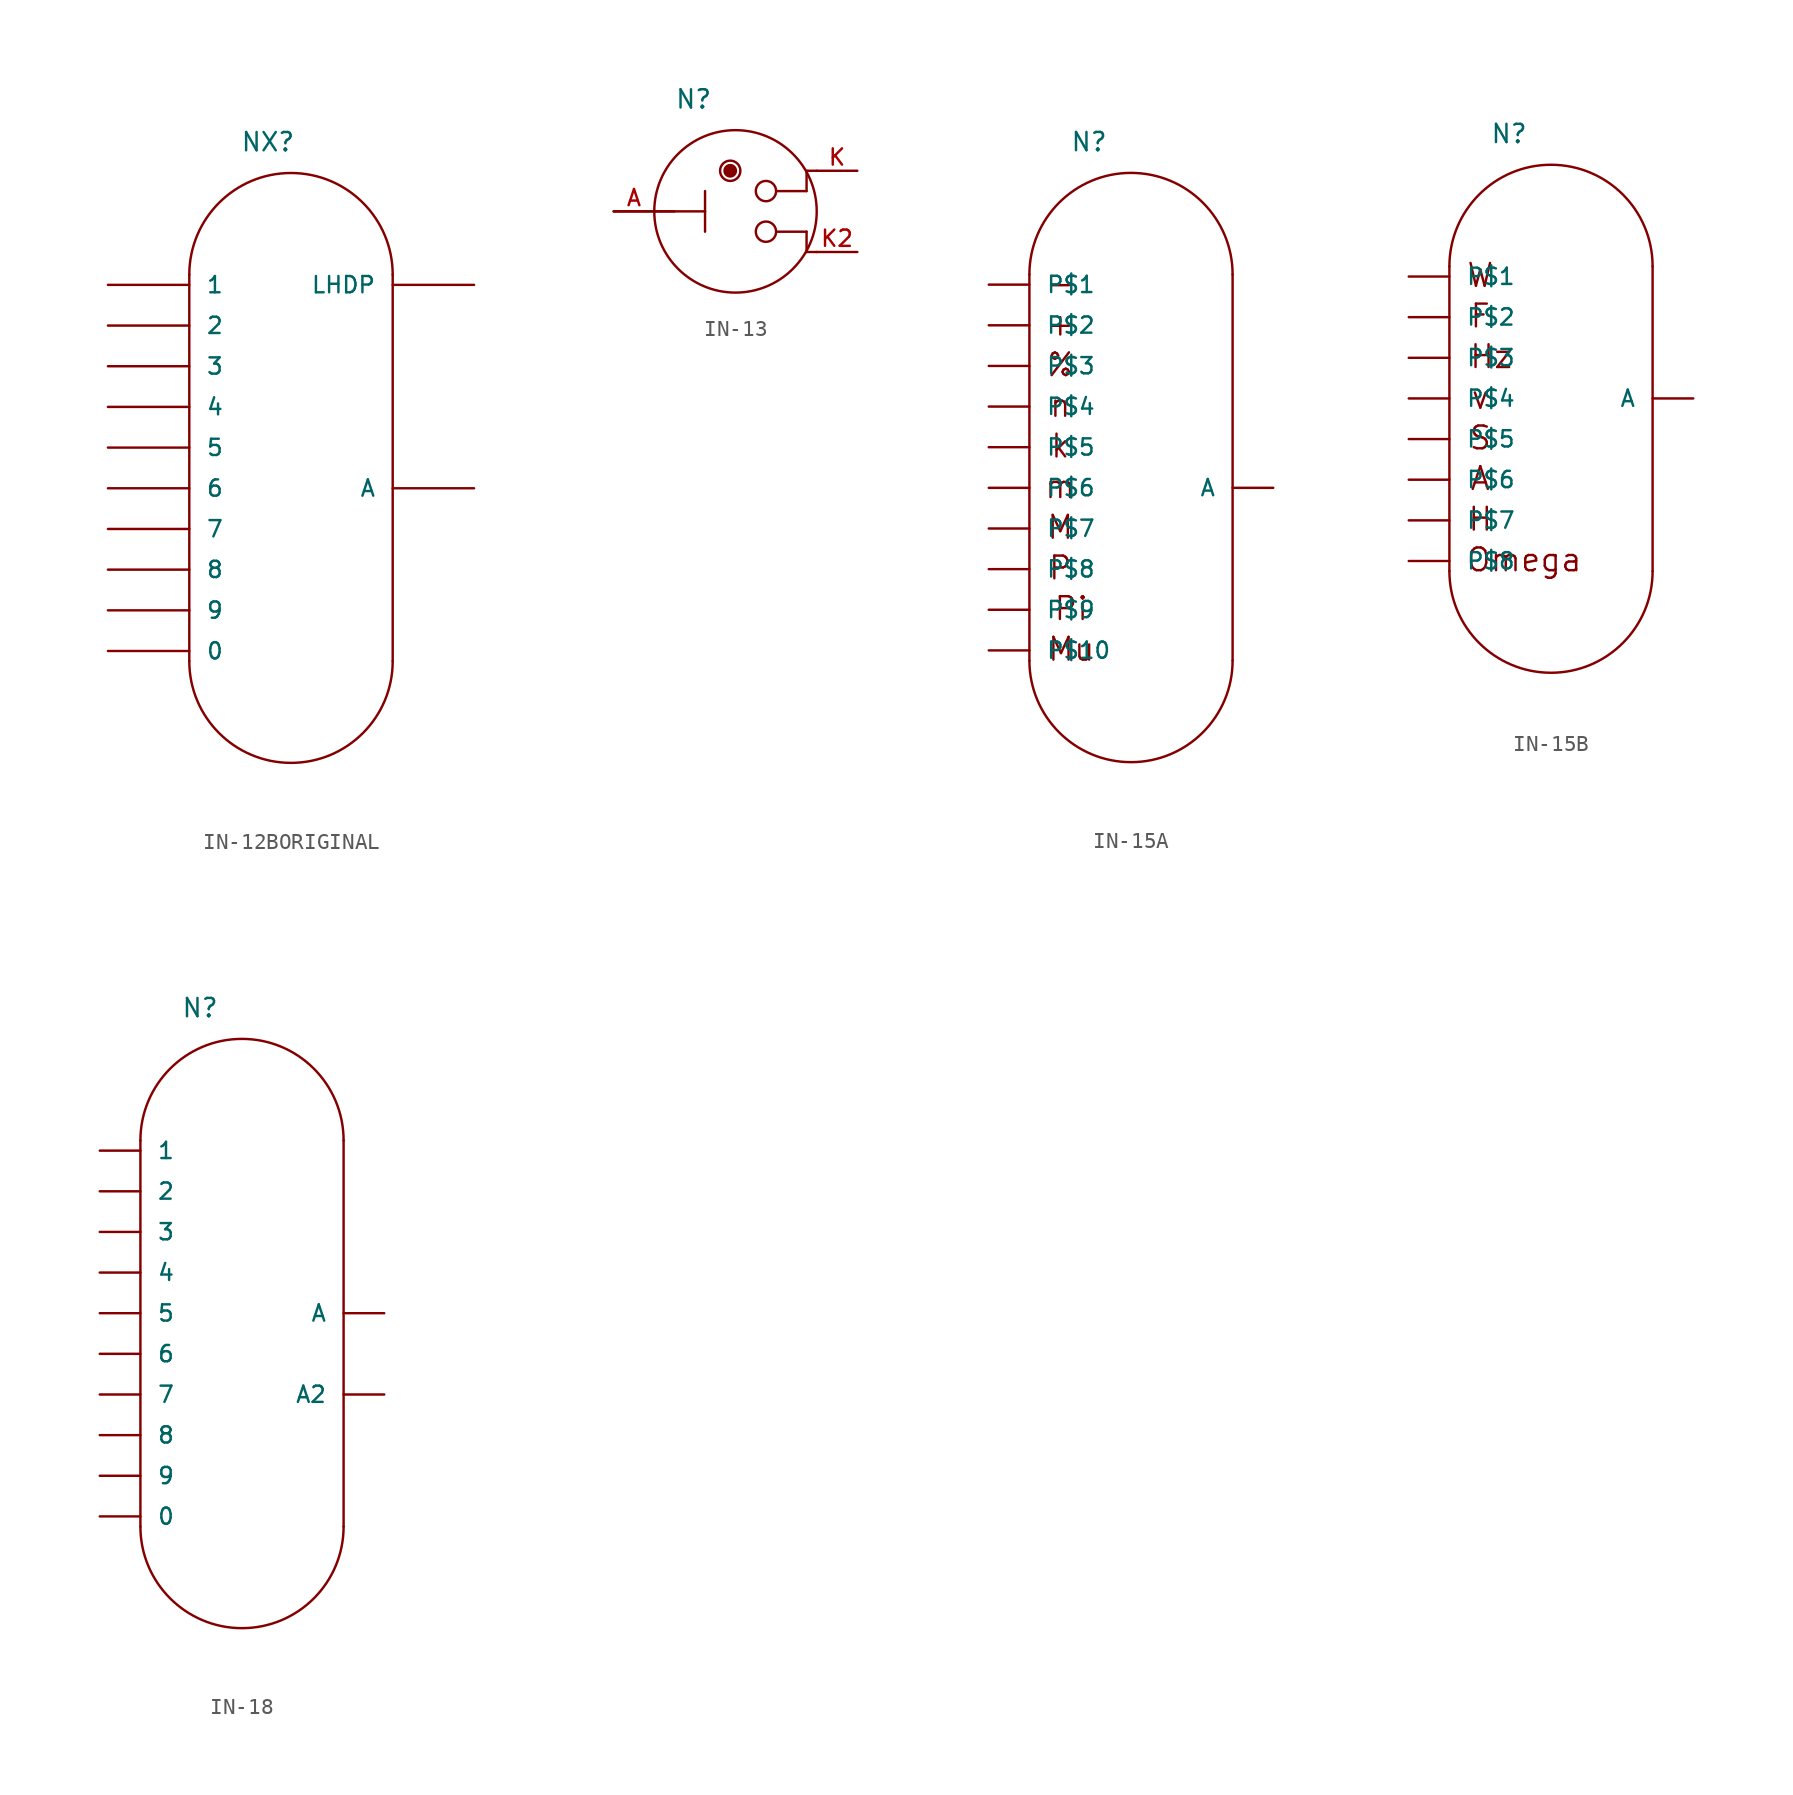
<source format=kicad_sym>
(kicad_symbol_lib
  (version 20241209)
  (generator "kicad_symbol_editor")
  (generator_version "9.0")
  (symbol "IN-12BORIGINAL"
    (pin_numbers
      (hide yes))
    (pin_names
      (offset 1.016))
    (property "Reference" "NX"
      (at -4.445 20.955 0)
      (effects (font (size 1.143 1.143)) (justify left bottom)))
    (property "ki_locked" ""
      (at 0 0 0)
      (effects (font (size 1.27 1.27))))
    (symbol "IN-12BORIGINAL_1_0"
      (polyline (pts (xy -7.62 -10.795) (xy -7.62 13.335)) (stroke (width 0) (type solid)) (fill (type none)))
      (polyline (pts (xy 5.08 -10.795) (xy 5.08 13.335)) (stroke (width 0) (type solid)) (fill (type none))))
    (symbol "IN-12BORIGINAL_1_1"
      (arc (start -7.62 13.335) (mid -1.27 19.685) (end 5.08 13.335) (stroke (width 0) (type solid)) (fill (type none)))
      (arc (start 5.08 -10.795) (mid -1.27 -17.145) (end -7.62 -10.795) (stroke (width 0) (type solid)) (fill (type none)))
      (pin bidirectional line (at -12.7 12.7 0) (length 5.08) (name "1" (effects (font (size 1.016 1.016)))) (number "1" (effects (font (size 1.016 1.016)))))
      (pin bidirectional line (at -12.7 10.16 0) (length 5.08) (name "2" (effects (font (size 1.016 1.016)))) (number "2" (effects (font (size 1.016 1.016)))))
      (pin bidirectional line (at -12.7 7.62 0) (length 5.08) (name "3" (effects (font (size 1.016 1.016)))) (number "3" (effects (font (size 1.016 1.016)))))
      (pin bidirectional line (at -12.7 5.08 0) (length 5.08) (name "4" (effects (font (size 1.016 1.016)))) (number "4" (effects (font (size 1.016 1.016)))))
      (pin bidirectional line (at -12.7 2.54 0) (length 5.08) (name "5" (effects (font (size 1.016 1.016)))) (number "5" (effects (font (size 1.016 1.016)))))
      (pin bidirectional line (at -12.7 0 0) (length 5.08) (name "6" (effects (font (size 1.016 1.016)))) (number "6" (effects (font (size 1.016 1.016)))))
      (pin bidirectional line (at -12.7 -2.54 0) (length 5.08) (name "7" (effects (font (size 1.016 1.016)))) (number "7" (effects (font (size 1.016 1.016)))))
      (pin bidirectional line (at -12.7 -5.08 0) (length 5.08) (name "8" (effects (font (size 1.016 1.016)))) (number "8" (effects (font (size 1.016 1.016)))))
      (pin bidirectional line (at -12.7 -7.62 0) (length 5.08) (name "9" (effects (font (size 1.016 1.016)))) (number "9" (effects (font (size 1.016 1.016)))))
      (pin bidirectional line (at -12.7 -10.16 0) (length 5.08) (name "0" (effects (font (size 1.016 1.016)))) (number "0" (effects (font (size 1.016 1.016)))))
      (pin bidirectional line (at 10.16 12.7 180) (length 5.08) (name "LHDP" (effects (font (size 1.016 1.016)))) (number "LHDP" (effects (font (size 1.016 1.016)))))
      (pin bidirectional line (at 10.16 0 180) (length 5.08) (name "A" (effects (font (size 1.016 1.016)))) (number "A" (effects (font (size 1.016 1.016)))))))
  (symbol "IN-13"
    (pin_names
      (offset 1.016)
      (hide yes))
    (property "Reference" "N"
      (at -3.81 6.35 0)
      (effects (font (size 1.143 1.143)) (justify left bottom)))
    (property "ki_locked" ""
      (at 0 0 0)
      (effects (font (size 1.27 1.27))))
    (symbol "IN-13_1_0"
      (polyline (pts (xy -7.62 0) (xy -5.08 0)) (stroke (width 0) (type solid)) (fill (type none)))
      (polyline (pts (xy -5.08 0) (xy -1.905 0)) (stroke (width 0) (type solid)) (fill (type none)))
      (polyline (pts (xy -3.81 0) (xy -5.08 0)) (stroke (width 0) (type solid)) (fill (type none)))
      (polyline (pts (xy -1.905 0) (xy -1.905 1.27)) (stroke (width 0) (type solid)) (fill (type none)))
      (polyline (pts (xy -1.905 0) (xy -1.905 -1.27)) (stroke (width 0) (type solid)) (fill (type none)))
      (polyline (pts (xy -0.33 2.515) (xy -0.279 2.515)) (stroke (width 0) (type solid)) (fill (type none)))
      (polyline (pts (xy 4.445 1.27) (xy 2.54 1.27)) (stroke (width 0) (type solid)) (fill (type none)))
      (polyline (pts (xy 4.445 1.27) (xy 4.445 2.54)) (stroke (width 0) (type solid)) (fill (type none)))
      (polyline (pts (xy 4.445 -1.27) (xy 2.54 -1.27)) (stroke (width 0) (type solid)) (fill (type none)))
      (polyline (pts (xy 4.445 -1.27) (xy 4.445 -2.54)) (stroke (width 0) (type solid)) (fill (type none)))
      (polyline (pts (xy 5.08 2.54) (xy 4.445 2.54)) (stroke (width 0) (type solid)) (fill (type none)))
      (polyline (pts (xy 5.08 -2.54) (xy 4.445 -2.54)) (stroke (width 0) (type solid)) (fill (type none))))
    (symbol "IN-13_1_1"
      (arc (start -0.3302 2.5146) (mid -0.3661 2.5295) (end -0.381 2.5654) (stroke (width 0) (type solid)) (fill (type none)))
      (circle (center -0.33 2.54) (radius 0.076) (stroke (width 0) (type solid)) (fill (type outline)))
      (circle (center -0.33 2.54) (radius 0.203) (stroke (width 0) (type solid)) (fill (type outline)))
      (circle (center -0.33 2.54) (radius 0.254) (stroke (width 0) (type solid)) (fill (type none)))
      (circle (center -0.33 2.54) (radius 0.356) (stroke (width 0) (type solid)) (fill (type none)))
      (circle (center -0.33 2.54) (radius 0.635) (stroke (width 0) (type solid)) (fill (type none)))
      (circle (center 0 0) (radius 5.08) (stroke (width 0) (type solid)) (fill (type none)))
      (circle (center 1.905 1.27) (radius 0.635) (stroke (width 0) (type solid)) (fill (type none)))
      (circle (center 1.905 -1.27) (radius 0.635) (stroke (width 0) (type solid)) (fill (type none)))
      (pin bidirectional line (at -7.62 0 0) (length 2.54) (name "A" (effects (font (size 1.016 1.016)))) (number "A" (effects (font (size 1.016 1.016)))))
      (pin bidirectional line (at 7.62 2.54 180) (length 2.54) (name "K" (effects (font (size 1.016 1.016)))) (number "K" (effects (font (size 1.016 1.016)))))
      (pin bidirectional line (at 7.62 -2.54 180) (length 2.54) (name "K2" (effects (font (size 1.016 1.016)))) (number "K2" (effects (font (size 1.016 1.016)))))))
  (symbol "IN-15A"
    (pin_numbers
      (hide yes))
    (pin_names
      (offset 1.016))
    (property "Reference" "N"
      (at -2.54 20.955 0)
      (effects (font (size 1.143 1.143)) (justify left bottom)))
    (property "ki_locked" ""
      (at 0 0 0)
      (effects (font (size 1.27 1.27))))
    (symbol "IN-15A_1_0"
      (polyline (pts (xy -5.08 -10.795) (xy -5.08 13.335)) (stroke (width 0) (type solid)) (fill (type none)))
      (polyline (pts (xy 7.62 -10.795) (xy 7.62 13.335)) (stroke (width 0) (type solid)) (fill (type none)))
      (text "-" (at -3.15 12.776 0) (effects (font (size 1.422 1.422))))
      (text "+" (at -3.15 10.236 0) (effects (font (size 1.422 1.422))))
      (text "%" (at -3.15 7.696 0) (effects (font (size 1.422 1.422))))
      (text "n" (at -3.15 5.156 0) (effects (font (size 1.422 1.422))))
      (text "k" (at -3.15 2.616 0) (effects (font (size 1.422 1.422))))
      (text "m" (at -3.15 0.076 0) (effects (font (size 1.422 1.422))))
      (text "M" (at -3.15 -2.464 0) (effects (font (size 1.422 1.422))))
      (text "P" (at -3.15 -5.004 0) (effects (font (size 1.422 1.422))))
      (text "Pi" (at -2.464 -7.544 0) (effects (font (size 1.422 1.422))))
      (text "Mu" (at -2.464 -10.084 0) (effects (font (size 1.422 1.422)))))
    (symbol "IN-15A_1_1"
      (arc (start -5.08 13.335) (mid 1.27 19.685) (end 7.62 13.335) (stroke (width 0) (type solid)) (fill (type none)))
      (arc (start 7.62 -10.795) (mid 1.27 -17.145) (end -5.08 -10.795) (stroke (width 0) (type solid)) (fill (type none)))
      (pin bidirectional line (at -7.62 12.7 0) (length 2.54) (name "P$1" (effects (font (size 1.016 1.016)))) (number "8" (effects (font (size 1.016 1.016)))))
      (pin bidirectional line (at -7.62 10.16 0) (length 2.54) (name "P$2" (effects (font (size 1.016 1.016)))) (number "7" (effects (font (size 1.016 1.016)))))
      (pin bidirectional line (at -7.62 7.62 0) (length 2.54) (name "P$3" (effects (font (size 1.016 1.016)))) (number "2" (effects (font (size 1.016 1.016)))))
      (pin bidirectional line (at -7.62 5.08 0) (length 2.54) (name "P$4" (effects (font (size 1.016 1.016)))) (number "1" (effects (font (size 1.016 1.016)))))
      (pin bidirectional line (at -7.62 2.54 0) (length 2.54) (name "P$5" (effects (font (size 1.016 1.016)))) (number "4" (effects (font (size 1.016 1.016)))))
      (pin bidirectional line (at -7.62 0 0) (length 2.54) (name "P$6" (effects (font (size 1.016 1.016)))) (number "6" (effects (font (size 1.016 1.016)))))
      (pin bidirectional line (at -7.62 -2.54 0) (length 2.54) (name "P$7" (effects (font (size 1.016 1.016)))) (number "5" (effects (font (size 1.016 1.016)))))
      (pin bidirectional line (at -7.62 -5.08 0) (length 2.54) (name "P$8" (effects (font (size 1.016 1.016)))) (number "9" (effects (font (size 1.016 1.016)))))
      (pin bidirectional line (at -7.62 -7.62 0) (length 2.54) (name "P$9" (effects (font (size 1.016 1.016)))) (number "3" (effects (font (size 1.016 1.016)))))
      (pin bidirectional line (at -7.62 -10.16 0) (length 2.54) (name "P$10" (effects (font (size 1.016 1.016)))) (number "0" (effects (font (size 1.016 1.016)))))
      (pin bidirectional line (at 10.16 0 180) (length 2.54) (name "A" (effects (font (size 1.016 1.016)))) (number "A" (effects (font (size 1.016 1.016)))))))
  (symbol "IN-15B"
    (pin_numbers
      (hide yes))
    (pin_names
      (offset 1.016))
    (property "Reference" "N"
      (at -2.54 20.955 0)
      (effects (font (size 1.143 1.143)) (justify left bottom)))
    (property "ki_locked" ""
      (at 0 0 0)
      (effects (font (size 1.27 1.27))))
    (symbol "IN-15B_1_0"
      (polyline (pts (xy -5.08 -5.715) (xy -5.08 13.335)) (stroke (width 0) (type solid)) (fill (type none)))
      (polyline (pts (xy 7.62 -5.715) (xy 7.62 13.335)) (stroke (width 0) (type solid)) (fill (type none)))
      (text "W" (at -3.15 12.776 0) (effects (font (size 1.422 1.422))))
      (text "F" (at -3.15 10.236 0) (effects (font (size 1.422 1.422))))
      (text "v" (at -3.15 5.156 0) (effects (font (size 1.422 1.422))))
      (text "S" (at -3.15 2.616 0) (effects (font (size 1.422 1.422))))
      (text "A" (at -3.15 0.076 0) (effects (font (size 1.422 1.422))))
      (text "H" (at -3.15 -2.464 0) (effects (font (size 1.422 1.422))))
      (text "Hz" (at -2.464 7.696 0) (effects (font (size 1.422 1.422))))
      (text "Omega" (at -0.406 -5.004 0) (effects (font (size 1.422 1.422)))))
    (symbol "IN-15B_1_1"
      (arc (start -5.08 13.335) (mid 1.27 19.685) (end 7.62 13.335) (stroke (width 0) (type solid)) (fill (type none)))
      (arc (start 7.62 -5.715) (mid 1.27 -12.065) (end -5.08 -5.715) (stroke (width 0) (type solid)) (fill (type none)))
      (pin bidirectional line (at -7.62 12.7 0) (length 2.54) (name "P$1" (effects (font (size 1.016 1.016)))) (number "0" (effects (font (size 1.016 1.016)))))
      (pin bidirectional line (at -7.62 10.16 0) (length 2.54) (name "P$2" (effects (font (size 1.016 1.016)))) (number "9" (effects (font (size 1.016 1.016)))))
      (pin bidirectional line (at -7.62 7.62 0) (length 2.54) (name "P$3" (effects (font (size 1.016 1.016)))) (number "7" (effects (font (size 1.016 1.016)))))
      (pin bidirectional line (at -7.62 5.08 0) (length 2.54) (name "P$4" (effects (font (size 1.016 1.016)))) (number "5" (effects (font (size 1.016 1.016)))))
      (pin bidirectional line (at -7.62 2.54 0) (length 2.54) (name "P$5" (effects (font (size 1.016 1.016)))) (number "4" (effects (font (size 1.016 1.016)))))
      (pin bidirectional line (at -7.62 0 0) (length 2.54) (name "P$6" (effects (font (size 1.016 1.016)))) (number "1" (effects (font (size 1.016 1.016)))))
      (pin bidirectional line (at -7.62 -2.54 0) (length 2.54) (name "P$7" (effects (font (size 1.016 1.016)))) (number "6" (effects (font (size 1.016 1.016)))))
      (pin bidirectional line (at -7.62 -5.08 0) (length 2.54) (name "P$8" (effects (font (size 1.016 1.016)))) (number "2" (effects (font (size 1.016 1.016)))))
      (pin bidirectional line (at 10.16 5.08 180) (length 2.54) (name "A" (effects (font (size 1.016 1.016)))) (number "A" (effects (font (size 1.016 1.016)))))))
  (symbol "IN-18"
    (pin_numbers
      (hide yes))
    (pin_names
      (offset 1.016))
    (property "Reference" "N"
      (at -5.08 20.955 0)
      (effects (font (size 1.143 1.143)) (justify left bottom)))
    (property "ki_locked" ""
      (at 0 0 0)
      (effects (font (size 1.27 1.27))))
    (symbol "IN-18_1_0"
      (polyline (pts (xy -7.62 -10.795) (xy -7.62 13.335)) (stroke (width 0) (type solid)) (fill (type none)))
      (polyline (pts (xy 5.08 -10.795) (xy 5.08 13.335)) (stroke (width 0) (type solid)) (fill (type none))))
    (symbol "IN-18_1_1"
      (arc (start -7.62 13.335) (mid -1.27 19.685) (end 5.08 13.335) (stroke (width 0) (type solid)) (fill (type none)))
      (arc (start 5.08 -10.795) (mid -1.27 -17.145) (end -7.62 -10.795) (stroke (width 0) (type solid)) (fill (type none)))
      (pin bidirectional line (at -10.16 12.7 0) (length 2.54) (name "1" (effects (font (size 1.016 1.016)))) (number "1" (effects (font (size 1.016 1.016)))))
      (pin bidirectional line (at -10.16 10.16 0) (length 2.54) (name "2" (effects (font (size 1.016 1.016)))) (number "2" (effects (font (size 1.016 1.016)))))
      (pin bidirectional line (at -10.16 7.62 0) (length 2.54) (name "3" (effects (font (size 1.016 1.016)))) (number "3" (effects (font (size 1.016 1.016)))))
      (pin bidirectional line (at -10.16 5.08 0) (length 2.54) (name "4" (effects (font (size 1.016 1.016)))) (number "4" (effects (font (size 1.016 1.016)))))
      (pin bidirectional line (at -10.16 2.54 0) (length 2.54) (name "5" (effects (font (size 1.016 1.016)))) (number "5" (effects (font (size 1.016 1.016)))))
      (pin bidirectional line (at -10.16 0 0) (length 2.54) (name "6" (effects (font (size 1.016 1.016)))) (number "6" (effects (font (size 1.016 1.016)))))
      (pin bidirectional line (at -10.16 -2.54 0) (length 2.54) (name "7" (effects (font (size 1.016 1.016)))) (number "7" (effects (font (size 1.016 1.016)))))
      (pin bidirectional line (at -10.16 -5.08 0) (length 2.54) (name "8" (effects (font (size 1.016 1.016)))) (number "8" (effects (font (size 1.016 1.016)))))
      (pin bidirectional line (at -10.16 -7.62 0) (length 2.54) (name "9" (effects (font (size 1.016 1.016)))) (number "9" (effects (font (size 1.016 1.016)))))
      (pin bidirectional line (at -10.16 -10.16 0) (length 2.54) (name "0" (effects (font (size 1.016 1.016)))) (number "0" (effects (font (size 1.016 1.016)))))
      (pin bidirectional line (at 7.62 2.54 180) (length 2.54) (name "A" (effects (font (size 1.016 1.016)))) (number "A" (effects (font (size 1.016 1.016)))))
      (pin bidirectional line (at 7.62 -2.54 180) (length 2.54) (name "A2" (effects (font (size 1.016 1.016)))) (number "A2" (effects (font (size 1.016 1.016))))))))
</source>
